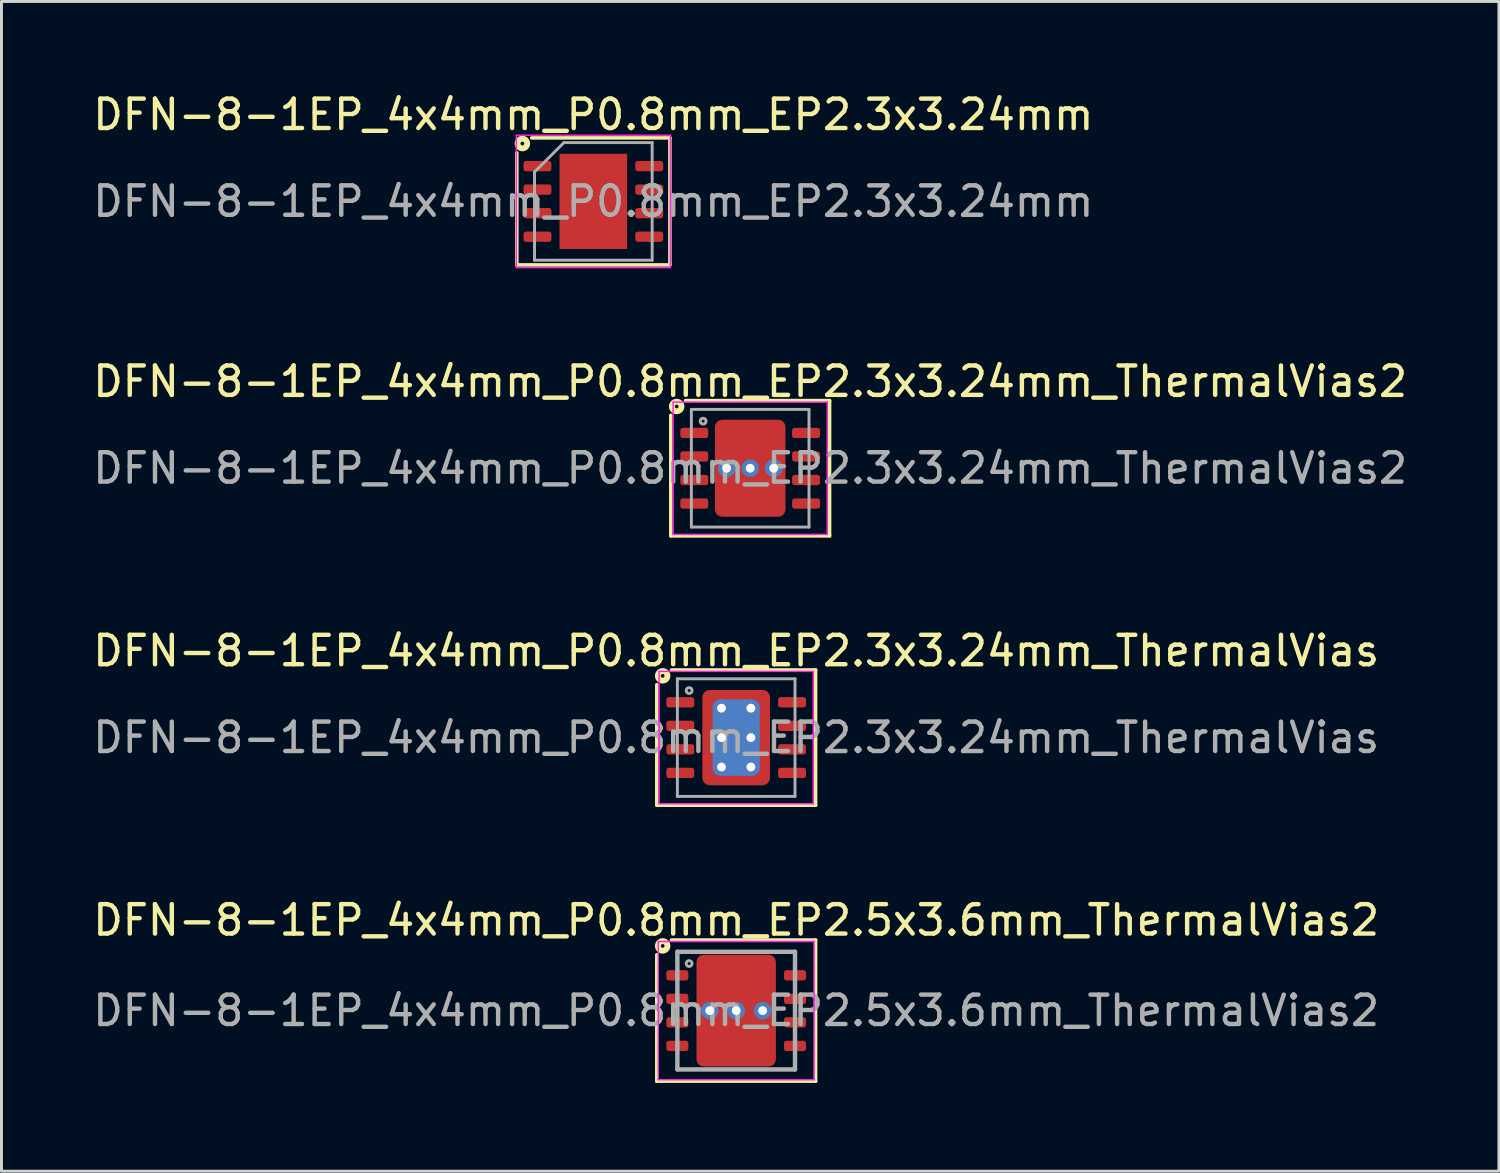
<source format=kicad_pcb>
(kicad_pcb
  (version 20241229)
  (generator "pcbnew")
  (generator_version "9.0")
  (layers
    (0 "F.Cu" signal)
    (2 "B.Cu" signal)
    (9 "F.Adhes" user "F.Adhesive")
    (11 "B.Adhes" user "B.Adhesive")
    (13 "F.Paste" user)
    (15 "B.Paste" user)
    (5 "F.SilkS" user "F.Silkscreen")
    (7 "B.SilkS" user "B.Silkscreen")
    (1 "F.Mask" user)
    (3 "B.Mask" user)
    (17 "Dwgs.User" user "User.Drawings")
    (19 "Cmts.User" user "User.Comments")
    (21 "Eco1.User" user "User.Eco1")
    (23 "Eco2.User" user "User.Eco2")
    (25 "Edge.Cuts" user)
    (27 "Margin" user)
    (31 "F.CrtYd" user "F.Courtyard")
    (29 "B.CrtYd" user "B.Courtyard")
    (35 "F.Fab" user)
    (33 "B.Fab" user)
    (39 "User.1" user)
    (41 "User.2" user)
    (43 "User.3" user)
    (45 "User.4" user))
  (footprint "DFN-8-1EP_4x4mm_P0.8mm_EP2.3x3.24mm"
    (layer "F.Cu")
    (at 17.125 3.798)
    (property "Reference" "DFN-8-1EP_4x4mm_P0.8mm_EP2.3x3.24mm" (at 0 -2.95 0) (layer "F.SilkS") (effects (font (size 1 1) (thickness 0.15))))
    (attr smd)
    (fp_line (start -2.603 2.159) (end -2.603 -1.651) (stroke (width 0.12) (type solid)) (layer "F.SilkS"))
    (fp_line (start -2.095 -2.159) (end 2.477 -2.159) (stroke (width 0.12) (type solid)) (layer "F.SilkS"))
    (fp_line (start 2.54 -2.159) (end 2.603 -2.159) (stroke (width 0.12) (type solid)) (layer "F.SilkS"))
    (fp_line (start 2.603 -2.159) (end 2.603 2.159) (stroke (width 0.12) (type solid)) (layer "F.SilkS"))
    (fp_line (start 2.603 2.159) (end -2.603 2.159) (stroke (width 0.12) (type solid)) (layer "F.SilkS"))
    (fp_circle (center -2.413 -1.968) (end -2.349 -1.968) (stroke (width 0.2) (type solid)) (fill no) (layer "F.SilkS"))
    (fp_line (start -2.62 -2.25) (end -2.62 2.25) (stroke (width 0.05) (type solid)) (layer "F.CrtYd"))
    (fp_line (start -2.62 2.25) (end 2.62 2.25) (stroke (width 0.05) (type solid)) (layer "F.CrtYd"))
    (fp_line (start 2.62 -2.25) (end -2.62 -2.25) (stroke (width 0.05) (type solid)) (layer "F.CrtYd"))
    (fp_line (start 2.62 2.25) (end 2.62 -2.25) (stroke (width 0.05) (type solid)) (layer "F.CrtYd"))
    (fp_line (start -2 -1) (end -1 -2) (stroke (width 0.1) (type solid)) (layer "F.Fab"))
    (fp_line (start -2 2) (end -2 -1) (stroke (width 0.1) (type solid)) (layer "F.Fab"))
    (fp_line (start -1 -2) (end 2 -2) (stroke (width 0.1) (type solid)) (layer "F.Fab"))
    (fp_line (start 2 -2) (end 2 2) (stroke (width 0.1) (type solid)) (layer "F.Fab"))
    (fp_line (start 2 2) (end -2 2) (stroke (width 0.1) (type solid)) (layer "F.Fab"))
    (fp_text user "${REFERENCE}" (at 0 0 0) (layer "F.Fab") (effects (font (size 1 1) (thickness 0.15))))
    (pad "" smd roundrect (at -0.575 -0.81) (size 0.93 1.31) (layers "F.Paste") (roundrect_rratio 0.25))
    (pad "" smd roundrect (at -0.575 0.81) (size 0.93 1.31) (layers "F.Paste") (roundrect_rratio 0.25))
    (pad "" smd roundrect (at 0.575 -0.81) (size 0.93 1.31) (layers "F.Paste") (roundrect_rratio 0.25))
    (pad "" smd roundrect (at 0.575 0.81) (size 0.93 1.31) (layers "F.Paste") (roundrect_rratio 0.25))
    (pad "1" smd roundrect (at -1.9 -1.2) (size 0.95 0.35) (layers "F.Cu" "F.Mask" "F.Paste") (roundrect_rratio 0.25))
    (pad "2" smd roundrect (at -1.9 -0.4) (size 0.95 0.35) (layers "F.Cu" "F.Mask" "F.Paste") (roundrect_rratio 0.25))
    (pad "3" smd roundrect (at -1.9 0.4) (size 0.95 0.35) (layers "F.Cu" "F.Mask" "F.Paste") (roundrect_rratio 0.25))
    (pad "4" smd roundrect (at -1.9 1.2) (size 0.95 0.35) (layers "F.Cu" "F.Mask" "F.Paste") (roundrect_rratio 0.25))
    (pad "5" smd roundrect (at 1.9 1.2) (size 0.95 0.35) (layers "F.Cu" "F.Mask" "F.Paste") (roundrect_rratio 0.25))
    (pad "6" smd roundrect (at 1.9 0.4) (size 0.95 0.35) (layers "F.Cu" "F.Mask" "F.Paste") (roundrect_rratio 0.25))
    (pad "7" smd roundrect (at 1.9 -0.4) (size 0.95 0.35) (layers "F.Cu" "F.Mask" "F.Paste") (roundrect_rratio 0.25))
    (pad "8" smd roundrect (at 1.9 -1.2) (size 0.95 0.35) (layers "F.Cu" "F.Mask" "F.Paste") (roundrect_rratio 0.25))
    (pad "9" smd rect (at 0 0) (size 2.3 3.24) (layers "F.Cu" "F.Mask")))
  (footprint "DFN-8-1EP_4x4mm_P0.8mm_EP2.3x3.24mm_ThermalVias"
    (layer "F.Cu")
    (at 21.982 22.03)
    (property "Reference" "DFN-8-1EP_4x4mm_P0.8mm_EP2.3x3.24mm_ThermalVias" (at 0 -2.95 0) (layer "F.SilkS") (effects (font (size 1 1) (thickness 0.15))))
    (attr smd)
    (fp_line (start -2.7 2.3) (end -2.7 -1.8) (stroke (width 0.12) (type solid)) (layer "F.SilkS"))
    (fp_line (start -2.2 -2.3) (end 2.7 -2.3) (stroke (width 0.12) (type solid)) (layer "F.SilkS"))
    (fp_line (start 2.7 -2.3) (end 2.7 2.3) (stroke (width 0.12) (type solid)) (layer "F.SilkS"))
    (fp_line (start 2.7 2.3) (end -2.7 2.3) (stroke (width 0.12) (type solid)) (layer "F.SilkS"))
    (fp_circle (center -2.5 -2.1) (end -2.437 -2.1) (stroke (width 0.2) (type solid)) (fill no) (layer "F.SilkS"))
    (fp_line (start -2.62 -2.25) (end -2.62 2.25) (stroke (width 0.05) (type solid)) (layer "F.CrtYd"))
    (fp_line (start -2.62 2.25) (end 2.62 2.25) (stroke (width 0.05) (type solid)) (layer "F.CrtYd"))
    (fp_line (start 2.62 -2.25) (end -2.62 -2.25) (stroke (width 0.05) (type solid)) (layer "F.CrtYd"))
    (fp_line (start 2.62 2.25) (end 2.62 -2.25) (stroke (width 0.05) (type solid)) (layer "F.CrtYd"))
    (fp_line (start -2 -2) (end 2 -2) (stroke (width 0.1) (type solid)) (layer "F.Fab"))
    (fp_line (start -2 2) (end -2 -2) (stroke (width 0.1) (type solid)) (layer "F.Fab"))
    (fp_line (start 2 -2) (end 2 2) (stroke (width 0.1) (type solid)) (layer "F.Fab"))
    (fp_line (start 2 2) (end -2 2) (stroke (width 0.1) (type solid)) (layer "F.Fab"))
    (fp_circle (center -1.6 -1.6) (end -1.5 -1.6) (stroke (width 0.1) (type solid)) (fill no) (layer "F.Fab"))
    (fp_text user "${REFERENCE}" (at 0 0 0) (layer "F.Fab") (effects (font (size 1 1) (thickness 0.15))))
    (pad "" smd roundrect (at -0.825 -1.325) (size 0.45 0.45) (layers "F.Paste") (roundrect_rratio 0.25))
    (pad "" smd roundrect (at -0.825 -0.5) (size 0.45 0.8) (layers "F.Paste") (roundrect_rratio 0.25))
    (pad "" smd roundrect (at -0.825 0.5) (size 0.45 0.8) (layers "F.Paste") (roundrect_rratio 0.25))
    (pad "" smd roundrect (at -0.825 1.3) (size 0.45 0.4) (layers "F.Paste") (roundrect_rratio 0.25))
    (pad "" smd roundrect (at 0 -1.325) (size 0.8 0.45) (layers "F.Paste") (roundrect_rratio 0.25))
    (pad "" smd roundrect (at 0 -0.5) (size 0.8 0.8) (layers "F.Paste") (roundrect_rratio 0.25))
    (pad "" smd roundrect (at 0 0.5) (size 0.8 0.8) (layers "F.Paste") (roundrect_rratio 0.25))
    (pad "" smd roundrect (at 0 1.3) (size 0.8 0.4) (layers "F.Paste") (roundrect_rratio 0.25))
    (pad "" smd roundrect (at 0.825 -1.325) (size 0.45 0.45) (layers "F.Paste") (roundrect_rratio 0.25))
    (pad "" smd roundrect (at 0.825 -0.5) (size 0.45 0.8) (layers "F.Paste") (roundrect_rratio 0.25))
    (pad "" smd roundrect (at 0.825 0.5) (size 0.45 0.8) (layers "F.Paste") (roundrect_rratio 0.25))
    (pad "" smd roundrect (at 0.825 1.3) (size 0.45 0.4) (layers "F.Paste") (roundrect_rratio 0.25))
    (pad "1" smd roundrect (at -1.9 -1.2) (size 0.95 0.35) (layers "F.Cu" "F.Mask" "F.Paste") (roundrect_rratio 0.25))
    (pad "2" smd roundrect (at -1.9 -0.4) (size 0.95 0.35) (layers "F.Cu" "F.Mask" "F.Paste") (roundrect_rratio 0.25))
    (pad "3" smd roundrect (at -1.9 0.4) (size 0.95 0.35) (layers "F.Cu" "F.Mask" "F.Paste") (roundrect_rratio 0.25))
    (pad "4" smd roundrect (at -1.9 1.2) (size 0.95 0.35) (layers "F.Cu" "F.Mask" "F.Paste") (roundrect_rratio 0.25))
    (pad "5" smd roundrect (at 1.9 1.2) (size 0.95 0.35) (layers "F.Cu" "F.Mask" "F.Paste") (roundrect_rratio 0.25))
    (pad "6" smd roundrect (at 1.9 0.4) (size 0.95 0.35) (layers "F.Cu" "F.Mask" "F.Paste") (roundrect_rratio 0.25))
    (pad "7" smd roundrect (at 1.9 -0.4) (size 0.95 0.35) (layers "F.Cu" "F.Mask" "F.Paste") (roundrect_rratio 0.25))
    (pad "8" smd roundrect (at 1.9 -1.2) (size 0.95 0.35) (layers "F.Cu" "F.Mask" "F.Paste") (roundrect_rratio 0.25))
    (pad "9" thru_hole circle (at -0.5 -1) (size 0.6 0.6) (drill 0.3) (property pad_prop_heatsink) (layers "*.Cu"))
    (pad "9" thru_hole circle (at -0.5 0) (size 0.6 0.6) (drill 0.3) (property pad_prop_heatsink) (layers "*.Cu"))
    (pad "9" thru_hole circle (at -0.5 1) (size 0.6 0.6) (drill 0.3) (property pad_prop_heatsink) (layers "*.Cu"))
    (pad "9" smd roundrect (at 0 0) (size 1.6 2.6) (layers "B.Cu" "B.Mask") (roundrect_rratio 0.156))
    (pad "9" smd roundrect (at 0 0) (size 2.3 3.24) (layers "F.Cu" "F.Mask") (roundrect_rratio 0.109))
    (pad "9" thru_hole circle (at 0.5 -1) (size 0.6 0.6) (drill 0.3) (property pad_prop_heatsink) (layers "*.Cu"))
    (pad "9" thru_hole circle (at 0.5 0) (size 0.6 0.6) (drill 0.3) (property pad_prop_heatsink) (layers "*.Cu"))
    (pad "9" thru_hole circle (at 0.5 1) (size 0.6 0.6) (drill 0.3) (property pad_prop_heatsink) (layers "*.Cu")))
  (footprint "DFN-8-1EP_4x4mm_P0.8mm_EP2.5x3.6mm_ThermalVias2"
    (layer "F.Cu")
    (at 21.982 31.313)
    (property "Reference" "DFN-8-1EP_4x4mm_P0.8mm_EP2.5x3.6mm_ThermalVias2" (at 0 -3.075 0) (layer "F.SilkS") (effects (font (size 1 1) (thickness 0.15))))
    (attr smd)
    (fp_line (start -2.7 2.4) (end -2.7 -1.9) (stroke (width 0.12) (type solid)) (layer "F.SilkS"))
    (fp_line (start -2.2 -2.4) (end 2.7 -2.4) (stroke (width 0.12) (type solid)) (layer "F.SilkS"))
    (fp_line (start 2.7 -2.4) (end 2.7 2.4) (stroke (width 0.12) (type solid)) (layer "F.SilkS"))
    (fp_line (start 2.7 2.4) (end -2.7 2.4) (stroke (width 0.12) (type solid)) (layer "F.SilkS"))
    (fp_circle (center -2.5 -2.2) (end -2.437 -2.2) (stroke (width 0.2) (type solid)) (fill no) (layer "F.SilkS"))
    (fp_line (start -2.65 -2.35) (end -2.65 2.35) (stroke (width 0.05) (type solid)) (layer "F.CrtYd"))
    (fp_line (start -2.65 -2.35) (end 2.65 -2.35) (stroke (width 0.05) (type solid)) (layer "F.CrtYd"))
    (fp_line (start -2.65 2.35) (end 2.65 2.35) (stroke (width 0.05) (type solid)) (layer "F.CrtYd"))
    (fp_line (start 2.65 -2.35) (end 2.65 2.35) (stroke (width 0.05) (type solid)) (layer "F.CrtYd"))
    (fp_line (start -2 -2) (end 2 -2) (stroke (width 0.15) (type solid)) (layer "F.Fab"))
    (fp_line (start -2 2) (end -2 -2) (stroke (width 0.15) (type solid)) (layer "F.Fab"))
    (fp_line (start 2 -2) (end 2 2) (stroke (width 0.15) (type solid)) (layer "F.Fab"))
    (fp_line (start 2 2) (end -2 2) (stroke (width 0.15) (type solid)) (layer "F.Fab"))
    (fp_circle (center -1.6 -1.6) (end -1.5 -1.6) (stroke (width 0.1) (type solid)) (fill no) (layer "F.Fab"))
    (fp_text user "${REFERENCE}" (at 0 0 0) (layer "F.Fab") (effects (font (size 1 1) (thickness 0.15))))
    (pad "" smd roundrect (at -0.613 -1.075) (size 0.975 1.15) (layers "F.Paste") (roundrect_rratio 0.25))
    (pad "" smd roundrect (at -0.613 1.075) (size 0.975 1.15) (layers "F.Paste") (roundrect_rratio 0.25))
    (pad "" smd roundrect (at 0 -1.05) (size 2.5 1.5) (layers "F.Mask") (roundrect_rratio 0.161))
    (pad "" smd roundrect (at 0 1.05) (size 2.5 1.5) (layers "F.Mask") (roundrect_rratio 0.161))
    (pad "" smd roundrect (at 0.613 -1.075) (size 0.975 1.15) (layers "F.Paste") (roundrect_rratio 0.25))
    (pad "" smd roundrect (at 0.613 1.075) (size 0.975 1.15) (layers "F.Paste") (roundrect_rratio 0.25))
    (pad "1" smd roundrect (at -2 -1.2) (size 0.75 0.35) (layers "F.Cu" "F.Mask" "F.Paste") (roundrect_rratio 0.25))
    (pad "2" smd roundrect (at -2 -0.4) (size 0.75 0.35) (layers "F.Cu" "F.Mask" "F.Paste") (roundrect_rratio 0.25))
    (pad "3" smd roundrect (at -2 0.4) (size 0.75 0.35) (layers "F.Cu" "F.Mask" "F.Paste") (roundrect_rratio 0.25))
    (pad "4" smd roundrect (at -2 1.2) (size 0.75 0.35) (layers "F.Cu" "F.Mask" "F.Paste") (roundrect_rratio 0.25))
    (pad "5" smd roundrect (at 2 1.2) (size 0.75 0.35) (layers "F.Cu" "F.Mask" "F.Paste") (roundrect_rratio 0.25))
    (pad "6" smd roundrect (at 2 0.4) (size 0.75 0.35) (layers "F.Cu" "F.Mask" "F.Paste") (roundrect_rratio 0.25))
    (pad "7" smd roundrect (at 2 -0.4) (size 0.75 0.35) (layers "F.Cu" "F.Mask" "F.Paste") (roundrect_rratio 0.25))
    (pad "8" smd roundrect (at 2 -1.2) (size 0.75 0.35) (layers "F.Cu" "F.Mask" "F.Paste") (roundrect_rratio 0.25))
    (pad "9" thru_hole circle (at -0.9 0) (size 0.6 0.6) (drill 0.3) (property pad_prop_heatsink) (layers "*.Cu" "*.Mask"))
    (pad "9" thru_hole circle (at 0 0) (size 0.6 0.6) (drill 0.3) (property pad_prop_heatsink) (layers "*.Cu" "*.Mask"))
    (pad "9" smd roundrect (at 0 0) (size 2.7 3.8) (layers "F.Cu") (roundrect_rratio 0.093))
    (pad "9" thru_hole circle (at 0.9 0) (size 0.6 0.6) (drill 0.3) (property pad_prop_heatsink) (layers "*.Cu" "*.Mask")))
  (footprint "DFN-8-1EP_4x4mm_P0.8mm_EP2.3x3.24mm_ThermalVias2"
    (layer "F.Cu")
    (at 22.458 12.871)
    (property "Reference" "DFN-8-1EP_4x4mm_P0.8mm_EP2.3x3.24mm_ThermalVias2" (at 0 -2.95 0) (layer "F.SilkS") (effects (font (size 1 1) (thickness 0.15))))
    (attr smd)
    (fp_line (start -2.7 2.3) (end -2.7 -1.8) (stroke (width 0.12) (type solid)) (layer "F.SilkS"))
    (fp_line (start -2.2 -2.3) (end 2.7 -2.3) (stroke (width 0.12) (type solid)) (layer "F.SilkS"))
    (fp_line (start 2.7 -2.3) (end 2.7 2.3) (stroke (width 0.12) (type solid)) (layer "F.SilkS"))
    (fp_line (start 2.7 2.3) (end -2.7 2.3) (stroke (width 0.12) (type solid)) (layer "F.SilkS"))
    (fp_circle (center -2.5 -2.1) (end -2.437 -2.1) (stroke (width 0.2) (type solid)) (fill no) (layer "F.SilkS"))
    (fp_line (start -2.62 -2.25) (end -2.62 2.25) (stroke (width 0.05) (type solid)) (layer "F.CrtYd"))
    (fp_line (start -2.62 2.25) (end 2.62 2.25) (stroke (width 0.05) (type solid)) (layer "F.CrtYd"))
    (fp_line (start 2.62 -2.25) (end -2.62 -2.25) (stroke (width 0.05) (type solid)) (layer "F.CrtYd"))
    (fp_line (start 2.62 2.25) (end 2.62 -2.25) (stroke (width 0.05) (type solid)) (layer "F.CrtYd"))
    (fp_line (start -2 -2) (end 2 -2) (stroke (width 0.1) (type solid)) (layer "F.Fab"))
    (fp_line (start -2 2) (end -2 -2) (stroke (width 0.1) (type solid)) (layer "F.Fab"))
    (fp_line (start 2 -2) (end 2 2) (stroke (width 0.1) (type solid)) (layer "F.Fab"))
    (fp_line (start 2 2) (end -2 2) (stroke (width 0.1) (type solid)) (layer "F.Fab"))
    (fp_circle (center -1.6 -1.6) (end -1.5 -1.6) (stroke (width 0.1) (type solid)) (fill no) (layer "F.Fab"))
    (fp_text user "${REFERENCE}" (at 0 0 0) (layer "F.Fab") (effects (font (size 1 1) (thickness 0.15))))
    (pad "" smd roundrect (at -0.575 -0.925) (size 0.85 0.95) (layers "F.Paste") (roundrect_rratio 0.25))
    (pad "" smd roundrect (at -0.575 0.925) (size 0.85 0.95) (layers "F.Paste") (roundrect_rratio 0.25))
    (pad "" smd roundrect (at 0 -0.925) (size 2.2 1.25) (layers "F.Mask") (roundrect_rratio 0.208))
    (pad "" smd roundrect (at 0 0.925) (size 2.2 1.25) (layers "F.Mask") (roundrect_rratio 0.208))
    (pad "" smd roundrect (at 0.575 -0.925) (size 0.85 0.95) (layers "F.Paste") (roundrect_rratio 0.25))
    (pad "" smd roundrect (at 0.575 0.925) (size 0.85 0.95) (layers "F.Paste") (roundrect_rratio 0.25))
    (pad "1" smd roundrect (at -1.9 -1.2) (size 0.95 0.35) (layers "F.Cu" "F.Mask" "F.Paste") (roundrect_rratio 0.25))
    (pad "2" smd roundrect (at -1.9 -0.4) (size 0.95 0.35) (layers "F.Cu" "F.Mask" "F.Paste") (roundrect_rratio 0.25))
    (pad "3" smd roundrect (at -1.9 0.4) (size 0.95 0.35) (layers "F.Cu" "F.Mask" "F.Paste") (roundrect_rratio 0.25))
    (pad "4" smd roundrect (at -1.9 1.2) (size 0.95 0.35) (layers "F.Cu" "F.Mask" "F.Paste") (roundrect_rratio 0.25))
    (pad "5" smd roundrect (at 1.9 1.2) (size 0.95 0.35) (layers "F.Cu" "F.Mask" "F.Paste") (roundrect_rratio 0.25))
    (pad "6" smd roundrect (at 1.9 0.4) (size 0.95 0.35) (layers "F.Cu" "F.Mask" "F.Paste") (roundrect_rratio 0.25))
    (pad "7" smd roundrect (at 1.9 -0.4) (size 0.95 0.35) (layers "F.Cu" "F.Mask" "F.Paste") (roundrect_rratio 0.25))
    (pad "8" smd roundrect (at 1.9 -1.2) (size 0.95 0.35) (layers "F.Cu" "F.Mask" "F.Paste") (roundrect_rratio 0.25))
    (pad "9" thru_hole circle (at -0.8 0) (size 0.6 0.6) (drill 0.3) (property pad_prop_heatsink) (layers "*.Cu" "*.Mask"))
    (pad "9" thru_hole circle (at 0 0) (size 0.6 0.6) (drill 0.3) (property pad_prop_heatsink) (layers "*.Cu" "*.Mask"))
    (pad "9" smd roundrect (at 0 0) (size 2.4 3.3) (layers "F.Cu") (roundrect_rratio 0.104))
    (pad "9" thru_hole circle (at 0.8 0) (size 0.6 0.6) (drill 0.3) (property pad_prop_heatsink) (layers "*.Cu" "*.Mask")))
  (gr_rect
    (start -3 -3)
    (end 47.917 36.773)
    (stroke (width 0.1) (type default))
    (fill no)
    (layer "Edge.Cuts")))
</source>
